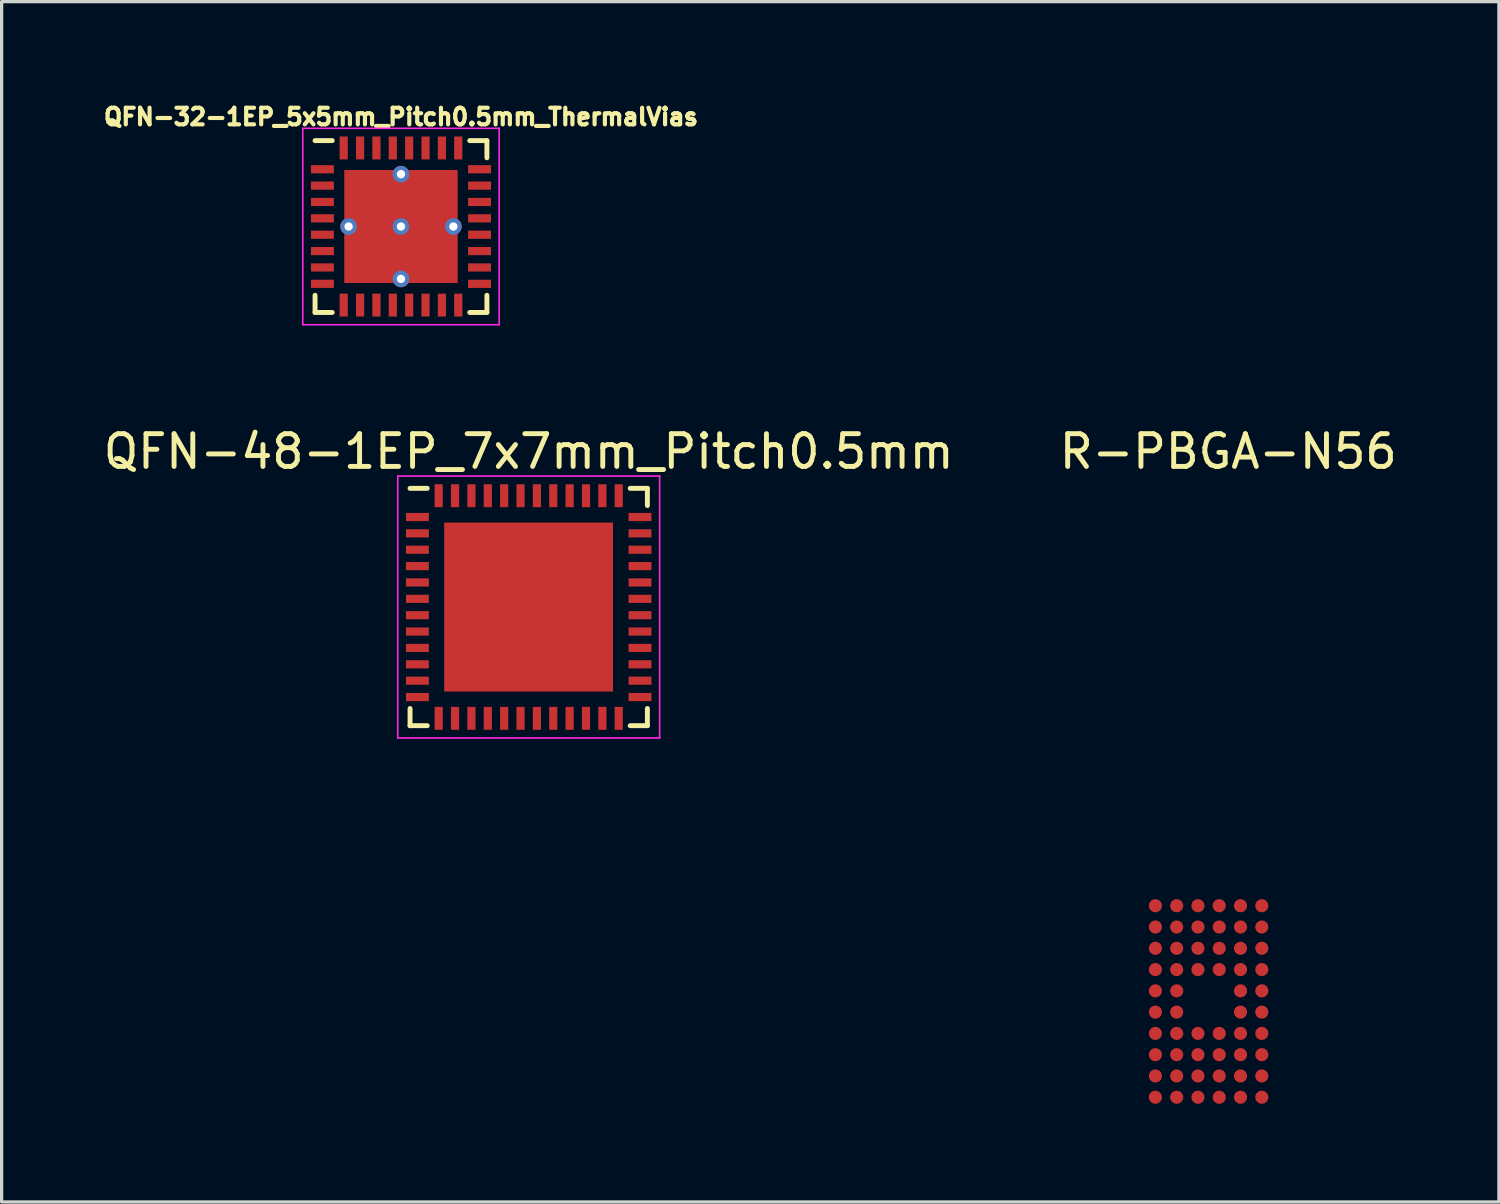
<source format=kicad_pcb>
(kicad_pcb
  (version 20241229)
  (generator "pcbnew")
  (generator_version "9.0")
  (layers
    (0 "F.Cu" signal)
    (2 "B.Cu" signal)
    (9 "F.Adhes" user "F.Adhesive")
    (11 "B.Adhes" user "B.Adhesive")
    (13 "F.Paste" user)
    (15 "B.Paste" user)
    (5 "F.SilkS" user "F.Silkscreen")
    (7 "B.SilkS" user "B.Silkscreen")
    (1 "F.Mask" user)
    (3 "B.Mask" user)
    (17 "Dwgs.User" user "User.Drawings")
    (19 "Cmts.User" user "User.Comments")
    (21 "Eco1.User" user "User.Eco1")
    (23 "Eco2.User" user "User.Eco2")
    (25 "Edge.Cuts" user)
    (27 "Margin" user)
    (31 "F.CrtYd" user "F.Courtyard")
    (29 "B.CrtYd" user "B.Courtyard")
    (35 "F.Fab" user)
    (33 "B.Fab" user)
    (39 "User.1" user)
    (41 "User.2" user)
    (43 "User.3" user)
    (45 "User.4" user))
  (footprint "QFN-48-1EP_7x7mm_Pitch0.5mm"
    (layer "F.Cu")
    (at 13.101 15.493)
    (property "Reference" "QFN-48-1EP_7x7mm_Pitch0.5mm" (at 0 -4.75 0) (layer "F.SilkS") (effects (font (size 1 1) (thickness 0.15))))
    (attr smd)
    (fp_line (start -3.625 -3.625) (end -3.1 -3.625) (stroke (width 0.15) (type solid)) (layer "F.SilkS"))
    (fp_line (start -3.625 3.625) (end -3.625 3.1) (stroke (width 0.15) (type solid)) (layer "F.SilkS"))
    (fp_line (start -3.625 3.625) (end -3.1 3.625) (stroke (width 0.15) (type solid)) (layer "F.SilkS"))
    (fp_line (start 3.625 -3.625) (end 3.1 -3.625) (stroke (width 0.15) (type solid)) (layer "F.SilkS"))
    (fp_line (start 3.625 -3.625) (end 3.625 -3.1) (stroke (width 0.15) (type solid)) (layer "F.SilkS"))
    (fp_line (start 3.625 3.625) (end 3.1 3.625) (stroke (width 0.15) (type solid)) (layer "F.SilkS"))
    (fp_line (start 3.625 3.625) (end 3.625 3.1) (stroke (width 0.15) (type solid)) (layer "F.SilkS"))
    (fp_line (start -4 -4) (end -4 4) (stroke (width 0.05) (type solid)) (layer "F.CrtYd"))
    (fp_line (start -4 -4) (end 4 -4) (stroke (width 0.05) (type solid)) (layer "F.CrtYd"))
    (fp_line (start -4 4) (end 4 4) (stroke (width 0.05) (type solid)) (layer "F.CrtYd"))
    (fp_line (start 4 -4) (end 4 4) (stroke (width 0.05) (type solid)) (layer "F.CrtYd"))
    (pad "1" smd rect (at -3.4 -2.75) (size 0.7 0.25) (layers "F.Cu" "F.Mask" "F.Paste"))
    (pad "2" smd rect (at -3.4 -2.25) (size 0.7 0.25) (layers "F.Cu" "F.Mask" "F.Paste"))
    (pad "3" smd rect (at -3.4 -1.75) (size 0.7 0.25) (layers "F.Cu" "F.Mask" "F.Paste"))
    (pad "4" smd rect (at -3.4 -1.25) (size 0.7 0.25) (layers "F.Cu" "F.Mask" "F.Paste"))
    (pad "5" smd rect (at -3.4 -0.75) (size 0.7 0.25) (layers "F.Cu" "F.Mask" "F.Paste"))
    (pad "6" smd rect (at -3.4 -0.25) (size 0.7 0.25) (layers "F.Cu" "F.Mask" "F.Paste"))
    (pad "7" smd rect (at -3.4 0.25) (size 0.7 0.25) (layers "F.Cu" "F.Mask" "F.Paste"))
    (pad "8" smd rect (at -3.4 0.75) (size 0.7 0.25) (layers "F.Cu" "F.Mask" "F.Paste"))
    (pad "9" smd rect (at -3.4 1.25) (size 0.7 0.25) (layers "F.Cu" "F.Mask" "F.Paste"))
    (pad "10" smd rect (at -3.4 1.75) (size 0.7 0.25) (layers "F.Cu" "F.Mask" "F.Paste"))
    (pad "11" smd rect (at -3.4 2.25) (size 0.7 0.25) (layers "F.Cu" "F.Mask" "F.Paste"))
    (pad "12" smd rect (at -3.4 2.75) (size 0.7 0.25) (layers "F.Cu" "F.Mask" "F.Paste"))
    (pad "13" smd rect (at -2.75 3.4 90) (size 0.7 0.25) (layers "F.Cu" "F.Mask" "F.Paste"))
    (pad "14" smd rect (at -2.25 3.4 90) (size 0.7 0.25) (layers "F.Cu" "F.Mask" "F.Paste"))
    (pad "15" smd rect (at -1.75 3.4 90) (size 0.7 0.25) (layers "F.Cu" "F.Mask" "F.Paste"))
    (pad "16" smd rect (at -1.25 3.4 90) (size 0.7 0.25) (layers "F.Cu" "F.Mask" "F.Paste"))
    (pad "17" smd rect (at -0.75 3.4 90) (size 0.7 0.25) (layers "F.Cu" "F.Mask" "F.Paste"))
    (pad "18" smd rect (at -0.25 3.4 90) (size 0.7 0.25) (layers "F.Cu" "F.Mask" "F.Paste"))
    (pad "19" smd rect (at 0.25 3.4 90) (size 0.7 0.25) (layers "F.Cu" "F.Mask" "F.Paste"))
    (pad "20" smd rect (at 0.75 3.4 90) (size 0.7 0.25) (layers "F.Cu" "F.Mask" "F.Paste"))
    (pad "21" smd rect (at 1.25 3.4 90) (size 0.7 0.25) (layers "F.Cu" "F.Mask" "F.Paste"))
    (pad "22" smd rect (at 1.75 3.4 90) (size 0.7 0.25) (layers "F.Cu" "F.Mask" "F.Paste"))
    (pad "23" smd rect (at 2.25 3.4 90) (size 0.7 0.25) (layers "F.Cu" "F.Mask" "F.Paste"))
    (pad "24" smd rect (at 2.75 3.4 90) (size 0.7 0.25) (layers "F.Cu" "F.Mask" "F.Paste"))
    (pad "25" smd rect (at 3.4 2.75) (size 0.7 0.25) (layers "F.Cu" "F.Mask" "F.Paste"))
    (pad "26" smd rect (at 3.4 2.25) (size 0.7 0.25) (layers "F.Cu" "F.Mask" "F.Paste"))
    (pad "27" smd rect (at 3.4 1.75) (size 0.7 0.25) (layers "F.Cu" "F.Mask" "F.Paste"))
    (pad "28" smd rect (at 3.4 1.25) (size 0.7 0.25) (layers "F.Cu" "F.Mask" "F.Paste"))
    (pad "29" smd rect (at 3.4 0.75) (size 0.7 0.25) (layers "F.Cu" "F.Mask" "F.Paste"))
    (pad "30" smd rect (at 3.4 0.25) (size 0.7 0.25) (layers "F.Cu" "F.Mask" "F.Paste"))
    (pad "31" smd rect (at 3.4 -0.25) (size 0.7 0.25) (layers "F.Cu" "F.Mask" "F.Paste"))
    (pad "32" smd rect (at 3.4 -0.75) (size 0.7 0.25) (layers "F.Cu" "F.Mask" "F.Paste"))
    (pad "33" smd rect (at 3.4 -1.25) (size 0.7 0.25) (layers "F.Cu" "F.Mask" "F.Paste"))
    (pad "34" smd rect (at 3.4 -1.75) (size 0.7 0.25) (layers "F.Cu" "F.Mask" "F.Paste"))
    (pad "35" smd rect (at 3.4 -2.25) (size 0.7 0.25) (layers "F.Cu" "F.Mask" "F.Paste"))
    (pad "36" smd rect (at 3.4 -2.75) (size 0.7 0.25) (layers "F.Cu" "F.Mask" "F.Paste"))
    (pad "37" smd rect (at 2.75 -3.4 90) (size 0.7 0.25) (layers "F.Cu" "F.Mask" "F.Paste"))
    (pad "38" smd rect (at 2.25 -3.4 90) (size 0.7 0.25) (layers "F.Cu" "F.Mask" "F.Paste"))
    (pad "39" smd rect (at 1.75 -3.4 90) (size 0.7 0.25) (layers "F.Cu" "F.Mask" "F.Paste"))
    (pad "40" smd rect (at 1.25 -3.4 90) (size 0.7 0.25) (layers "F.Cu" "F.Mask" "F.Paste"))
    (pad "41" smd rect (at 0.75 -3.4 90) (size 0.7 0.25) (layers "F.Cu" "F.Mask" "F.Paste"))
    (pad "42" smd rect (at 0.25 -3.4 90) (size 0.7 0.25) (layers "F.Cu" "F.Mask" "F.Paste"))
    (pad "43" smd rect (at -0.25 -3.4 90) (size 0.7 0.25) (layers "F.Cu" "F.Mask" "F.Paste"))
    (pad "44" smd rect (at -0.75 -3.4 90) (size 0.7 0.25) (layers "F.Cu" "F.Mask" "F.Paste"))
    (pad "45" smd rect (at -1.25 -3.4 90) (size 0.7 0.25) (layers "F.Cu" "F.Mask" "F.Paste"))
    (pad "46" smd rect (at -1.75 -3.4 90) (size 0.7 0.25) (layers "F.Cu" "F.Mask" "F.Paste"))
    (pad "47" smd rect (at -2.25 -3.4 90) (size 0.7 0.25) (layers "F.Cu" "F.Mask" "F.Paste"))
    (pad "48" smd rect (at -2.75 -3.4 90) (size 0.7 0.25) (layers "F.Cu" "F.Mask" "F.Paste"))
    (pad "49" smd rect (at -1.931 -1.931) (size 1.288 1.288) (layers "F.Cu" "F.Mask" "F.Paste"))
    (pad "49" smd rect (at -1.931 -0.644) (size 1.288 1.288) (layers "F.Cu" "F.Mask" "F.Paste"))
    (pad "49" smd rect (at -1.931 0.644) (size 1.288 1.288) (layers "F.Cu" "F.Mask" "F.Paste"))
    (pad "49" smd rect (at -1.931 1.931) (size 1.288 1.288) (layers "F.Cu" "F.Mask" "F.Paste"))
    (pad "49" smd rect (at -0.644 -1.931) (size 1.288 1.288) (layers "F.Cu" "F.Mask" "F.Paste"))
    (pad "49" smd rect (at -0.644 -0.644) (size 1.288 1.288) (layers "F.Cu" "F.Mask" "F.Paste"))
    (pad "49" smd rect (at -0.644 0.644) (size 1.288 1.288) (layers "F.Cu" "F.Mask" "F.Paste"))
    (pad "49" smd rect (at -0.644 1.931) (size 1.288 1.288) (layers "F.Cu" "F.Mask" "F.Paste"))
    (pad "49" smd rect (at 0 0) (size 5.15 5.15) (layers "F.Cu" "F.Mask"))
    (pad "49" smd rect (at 0.644 -1.931) (size 1.288 1.288) (layers "F.Cu" "F.Mask" "F.Paste"))
    (pad "49" smd rect (at 0.644 -0.644) (size 1.288 1.288) (layers "F.Cu" "F.Mask" "F.Paste"))
    (pad "49" smd rect (at 0.644 0.644) (size 1.288 1.288) (layers "F.Cu" "F.Mask" "F.Paste"))
    (pad "49" smd rect (at 0.644 1.931) (size 1.288 1.288) (layers "F.Cu" "F.Mask" "F.Paste"))
    (pad "49" smd rect (at 1.931 -1.931) (size 1.288 1.288) (layers "F.Cu" "F.Mask" "F.Paste"))
    (pad "49" smd rect (at 1.931 -0.644) (size 1.288 1.288) (layers "F.Cu" "F.Mask" "F.Paste"))
    (pad "49" smd rect (at 1.931 0.644) (size 1.288 1.288) (layers "F.Cu" "F.Mask" "F.Paste"))
    (pad "49" smd rect (at 1.931 1.931) (size 1.288 1.288) (layers "F.Cu" "F.Mask" "F.Paste")))
  (footprint "QFN-32-1EP_5x5mm_Pitch0.5mm_ThermalVias"
    (layer "F.Cu")
    (at 9.199 3.87)
    (property "Reference" "QFN-32-1EP_5x5mm_Pitch0.5mm_ThermalVias" (at 0 -3.35 0) (layer "F.SilkS") (effects (font (size 0.508 0.508) (thickness 0.127))))
    (attr smd)
    (fp_line (start -2.625 -2.625) (end -2.1 -2.625) (stroke (width 0.15) (type solid)) (layer "F.SilkS"))
    (fp_line (start -2.625 2.625) (end -2.625 2.1) (stroke (width 0.15) (type solid)) (layer "F.SilkS"))
    (fp_line (start -2.625 2.625) (end -2.1 2.625) (stroke (width 0.15) (type solid)) (layer "F.SilkS"))
    (fp_line (start 2.625 -2.625) (end 2.1 -2.625) (stroke (width 0.15) (type solid)) (layer "F.SilkS"))
    (fp_line (start 2.625 -2.625) (end 2.625 -2.1) (stroke (width 0.15) (type solid)) (layer "F.SilkS"))
    (fp_line (start 2.625 2.625) (end 2.1 2.625) (stroke (width 0.15) (type solid)) (layer "F.SilkS"))
    (fp_line (start 2.625 2.625) (end 2.625 2.1) (stroke (width 0.15) (type solid)) (layer "F.SilkS"))
    (fp_line (start -3 -3) (end -3 3) (stroke (width 0.05) (type solid)) (layer "F.CrtYd"))
    (fp_line (start -3 -3) (end 3 -3) (stroke (width 0.05) (type solid)) (layer "F.CrtYd"))
    (fp_line (start -3 3) (end 3 3) (stroke (width 0.05) (type solid)) (layer "F.CrtYd"))
    (fp_line (start 3 -3) (end 3 3) (stroke (width 0.05) (type solid)) (layer "F.CrtYd"))
    (pad "1" smd rect (at -2.4 -1.75) (size 0.7 0.25) (layers "F.Cu" "F.Mask" "F.Paste"))
    (pad "2" smd rect (at -2.4 -1.25) (size 0.7 0.25) (layers "F.Cu" "F.Mask" "F.Paste"))
    (pad "3" smd rect (at -2.4 -0.75) (size 0.7 0.25) (layers "F.Cu" "F.Mask" "F.Paste"))
    (pad "4" smd rect (at -2.4 -0.25) (size 0.7 0.25) (layers "F.Cu" "F.Mask" "F.Paste"))
    (pad "5" smd rect (at -2.4 0.25) (size 0.7 0.25) (layers "F.Cu" "F.Mask" "F.Paste"))
    (pad "6" smd rect (at -2.4 0.75) (size 0.7 0.25) (layers "F.Cu" "F.Mask" "F.Paste"))
    (pad "7" smd rect (at -2.4 1.25) (size 0.7 0.25) (layers "F.Cu" "F.Mask" "F.Paste"))
    (pad "8" smd rect (at -2.4 1.75) (size 0.7 0.25) (layers "F.Cu" "F.Mask" "F.Paste"))
    (pad "9" smd rect (at -1.75 2.4 90) (size 0.7 0.25) (layers "F.Cu" "F.Mask" "F.Paste"))
    (pad "10" smd rect (at -1.25 2.4 90) (size 0.7 0.25) (layers "F.Cu" "F.Mask" "F.Paste"))
    (pad "11" smd rect (at -0.75 2.4 90) (size 0.7 0.25) (layers "F.Cu" "F.Mask" "F.Paste"))
    (pad "12" smd rect (at -0.25 2.4 90) (size 0.7 0.25) (layers "F.Cu" "F.Mask" "F.Paste"))
    (pad "13" smd rect (at 0.25 2.4 90) (size 0.7 0.25) (layers "F.Cu" "F.Mask" "F.Paste"))
    (pad "14" smd rect (at 0.75 2.4 90) (size 0.7 0.25) (layers "F.Cu" "F.Mask" "F.Paste"))
    (pad "15" smd rect (at 1.25 2.4 90) (size 0.7 0.25) (layers "F.Cu" "F.Mask" "F.Paste"))
    (pad "16" smd rect (at 1.75 2.4 90) (size 0.7 0.25) (layers "F.Cu" "F.Mask" "F.Paste"))
    (pad "17" smd rect (at 2.4 1.75) (size 0.7 0.25) (layers "F.Cu" "F.Mask" "F.Paste"))
    (pad "18" smd rect (at 2.4 1.25) (size 0.7 0.25) (layers "F.Cu" "F.Mask" "F.Paste"))
    (pad "19" smd rect (at 2.4 0.75) (size 0.7 0.25) (layers "F.Cu" "F.Mask" "F.Paste"))
    (pad "20" smd rect (at 2.4 0.25) (size 0.7 0.25) (layers "F.Cu" "F.Mask" "F.Paste"))
    (pad "21" smd rect (at 2.4 -0.25) (size 0.7 0.25) (layers "F.Cu" "F.Mask" "F.Paste"))
    (pad "22" smd rect (at 2.4 -0.75) (size 0.7 0.25) (layers "F.Cu" "F.Mask" "F.Paste"))
    (pad "23" smd rect (at 2.4 -1.25) (size 0.7 0.25) (layers "F.Cu" "F.Mask" "F.Paste"))
    (pad "24" smd rect (at 2.4 -1.75) (size 0.7 0.25) (layers "F.Cu" "F.Mask" "F.Paste"))
    (pad "25" smd rect (at 1.75 -2.4 90) (size 0.7 0.25) (layers "F.Cu" "F.Mask" "F.Paste"))
    (pad "26" smd rect (at 1.25 -2.4 90) (size 0.7 0.25) (layers "F.Cu" "F.Mask" "F.Paste"))
    (pad "27" smd rect (at 0.75 -2.4 90) (size 0.7 0.25) (layers "F.Cu" "F.Mask" "F.Paste"))
    (pad "28" smd rect (at 0.25 -2.4 90) (size 0.7 0.25) (layers "F.Cu" "F.Mask" "F.Paste"))
    (pad "29" smd rect (at -0.25 -2.4 90) (size 0.7 0.25) (layers "F.Cu" "F.Mask" "F.Paste"))
    (pad "30" smd rect (at -0.75 -2.4 90) (size 0.7 0.25) (layers "F.Cu" "F.Mask" "F.Paste"))
    (pad "31" smd rect (at -1.25 -2.4 90) (size 0.7 0.25) (layers "F.Cu" "F.Mask" "F.Paste"))
    (pad "32" smd rect (at -1.75 -2.4 90) (size 0.7 0.25) (layers "F.Cu" "F.Mask" "F.Paste"))
    (pad "33" thru_hole circle (at -1.6 0) (size 0.508 0.508) (drill 0.254) (layers "*.Cu" "*.Mask"))
    (pad "33" smd rect (at -0.863 -0.863) (size 1.725 1.725) (layers "F.Cu" "F.Mask" "F.Paste"))
    (pad "33" smd rect (at -0.863 0.863) (size 1.725 1.725) (layers "F.Cu" "F.Mask" "F.Paste"))
    (pad "33" thru_hole circle (at 0 -1.6) (size 0.508 0.508) (drill 0.254) (layers "*.Cu" "*.Mask"))
    (pad "33" thru_hole circle (at 0 0) (size 0.508 0.508) (drill 0.254) (layers "*.Cu" "*.Mask"))
    (pad "33" smd rect (at 0 0) (size 3.45 3.45) (layers "F.Cu" "F.Mask"))
    (pad "33" thru_hole circle (at 0 1.6) (size 0.508 0.508) (drill 0.254) (layers "*.Cu" "*.Mask"))
    (pad "33" smd rect (at 0.863 -0.863) (size 1.725 1.725) (layers "F.Cu" "F.Mask" "F.Paste"))
    (pad "33" smd rect (at 0.863 0.863) (size 1.725 1.725) (layers "F.Cu" "F.Mask" "F.Paste"))
    (pad "33" thru_hole circle (at 1.6 0) (size 0.508 0.508) (drill 0.254) (layers "*.Cu" "*.Mask")))
  (footprint "R-PBGA-N56"
    (layer "F.Cu")
    (at 33.87 27.543)
    (property "Reference" "R-PBGA-N56" (at 0.6 -16.8 0) (layer "F.SilkS") (effects (font (size 1 1) (thickness 0.15))))
    (attr through_hole)
    (pad "A1" smd circle (at -1.625 -2.925) (size 0.4 0.4) (layers "F.Cu" "F.Mask" "F.Paste"))
    (pad "A2" smd circle (at -0.975 -2.925) (size 0.4 0.4) (layers "F.Cu" "F.Mask" "F.Paste"))
    (pad "A3" smd circle (at -0.325 -2.925) (size 0.4 0.4) (layers "F.Cu" "F.Mask" "F.Paste"))
    (pad "A4" smd circle (at 0.325 -2.925) (size 0.4 0.4) (layers "F.Cu" "F.Mask" "F.Paste"))
    (pad "A5" smd circle (at 0.975 -2.925) (size 0.4 0.4) (layers "F.Cu" "F.Mask" "F.Paste"))
    (pad "A6" smd circle (at 1.625 -2.925) (size 0.4 0.4) (layers "F.Cu" "F.Mask" "F.Paste"))
    (pad "B1" smd circle (at -1.625 -2.275) (size 0.4 0.4) (layers "F.Cu" "F.Mask" "F.Paste"))
    (pad "B2" smd circle (at -0.975 -2.275) (size 0.4 0.4) (layers "F.Cu" "F.Mask" "F.Paste"))
    (pad "B3" smd circle (at -0.325 -2.275) (size 0.4 0.4) (layers "F.Cu" "F.Mask" "F.Paste"))
    (pad "T7" smd circle (at -1.625 -1.625) (size 0.4 0.4) (layers "F.Cu" "F.Mask" "F.Paste"))
    (pad "T7" smd circle (at -1.625 -0.975) (size 0.4 0.4) (layers "F.Cu" "F.Mask" "F.Paste"))
    (pad "T7" smd circle (at -1.625 -0.325) (size 0.4 0.4) (layers "F.Cu" "F.Mask" "F.Paste"))
    (pad "T7" smd circle (at -1.625 0.325) (size 0.4 0.4) (layers "F.Cu" "F.Mask" "F.Paste"))
    (pad "T7" smd circle (at -1.625 0.975) (size 0.4 0.4) (layers "F.Cu" "F.Mask" "F.Paste"))
    (pad "T7" smd circle (at -1.625 1.625) (size 0.4 0.4) (layers "F.Cu" "F.Mask" "F.Paste"))
    (pad "T7" smd circle (at -1.625 2.275) (size 0.4 0.4) (layers "F.Cu" "F.Mask" "F.Paste"))
    (pad "T7" smd circle (at -1.625 2.925) (size 0.4 0.4) (layers "F.Cu" "F.Mask" "F.Paste"))
    (pad "T7" smd circle (at -0.975 -1.625) (size 0.4 0.4) (layers "F.Cu" "F.Mask" "F.Paste"))
    (pad "T7" smd circle (at -0.975 -0.975) (size 0.4 0.4) (layers "F.Cu" "F.Mask" "F.Paste"))
    (pad "T7" smd circle (at -0.975 -0.325) (size 0.4 0.4) (layers "F.Cu" "F.Mask" "F.Paste"))
    (pad "T7" smd circle (at -0.975 0.325) (size 0.4 0.4) (layers "F.Cu" "F.Mask" "F.Paste"))
    (pad "T7" smd circle (at -0.975 0.975) (size 0.4 0.4) (layers "F.Cu" "F.Mask" "F.Paste"))
    (pad "T7" smd circle (at -0.975 1.625) (size 0.4 0.4) (layers "F.Cu" "F.Mask" "F.Paste"))
    (pad "T7" smd circle (at -0.975 2.275) (size 0.4 0.4) (layers "F.Cu" "F.Mask" "F.Paste"))
    (pad "T7" smd circle (at -0.975 2.925) (size 0.4 0.4) (layers "F.Cu" "F.Mask" "F.Paste"))
    (pad "T7" smd circle (at -0.325 -1.625) (size 0.4 0.4) (layers "F.Cu" "F.Mask" "F.Paste"))
    (pad "T7" smd circle (at -0.325 -0.975) (size 0.4 0.4) (layers "F.Cu" "F.Mask" "F.Paste"))
    (pad "T7" smd circle (at -0.325 0.975) (size 0.4 0.4) (layers "F.Cu" "F.Mask" "F.Paste"))
    (pad "T7" smd circle (at -0.325 1.625) (size 0.4 0.4) (layers "F.Cu" "F.Mask" "F.Paste"))
    (pad "T7" smd circle (at -0.325 2.275) (size 0.4 0.4) (layers "F.Cu" "F.Mask" "F.Paste"))
    (pad "T7" smd circle (at -0.325 2.925) (size 0.4 0.4) (layers "F.Cu" "F.Mask" "F.Paste"))
    (pad "T7" smd circle (at 0.325 -2.275) (size 0.4 0.4) (layers "F.Cu" "F.Mask" "F.Paste"))
    (pad "T7" smd circle (at 0.325 -1.625) (size 0.4 0.4) (layers "F.Cu" "F.Mask" "F.Paste"))
    (pad "T7" smd circle (at 0.325 -0.975) (size 0.4 0.4) (layers "F.Cu" "F.Mask" "F.Paste"))
    (pad "T7" smd circle (at 0.325 0.975) (size 0.4 0.4) (layers "F.Cu" "F.Mask" "F.Paste"))
    (pad "T7" smd circle (at 0.325 1.625) (size 0.4 0.4) (layers "F.Cu" "F.Mask" "F.Paste"))
    (pad "T7" smd circle (at 0.325 2.275) (size 0.4 0.4) (layers "F.Cu" "F.Mask" "F.Paste"))
    (pad "T7" smd circle (at 0.325 2.925) (size 0.4 0.4) (layers "F.Cu" "F.Mask" "F.Paste"))
    (pad "T7" smd circle (at 0.975 -2.275) (size 0.4 0.4) (layers "F.Cu" "F.Mask" "F.Paste"))
    (pad "T7" smd circle (at 0.975 -1.625) (size 0.4 0.4) (layers "F.Cu" "F.Mask" "F.Paste"))
    (pad "T7" smd circle (at 0.975 -0.975) (size 0.4 0.4) (layers "F.Cu" "F.Mask" "F.Paste"))
    (pad "T7" smd circle (at 0.975 -0.325) (size 0.4 0.4) (layers "F.Cu" "F.Mask" "F.Paste"))
    (pad "T7" smd circle (at 0.975 0.325) (size 0.4 0.4) (layers "F.Cu" "F.Mask" "F.Paste"))
    (pad "T7" smd circle (at 0.975 0.975) (size 0.4 0.4) (layers "F.Cu" "F.Mask" "F.Paste"))
    (pad "T7" smd circle (at 0.975 1.625) (size 0.4 0.4) (layers "F.Cu" "F.Mask" "F.Paste"))
    (pad "T7" smd circle (at 0.975 2.275) (size 0.4 0.4) (layers "F.Cu" "F.Mask" "F.Paste"))
    (pad "T7" smd circle (at 0.975 2.925) (size 0.4 0.4) (layers "F.Cu" "F.Mask" "F.Paste"))
    (pad "T7" smd circle (at 1.625 -2.275) (size 0.4 0.4) (layers "F.Cu" "F.Mask" "F.Paste"))
    (pad "T7" smd circle (at 1.625 -1.625) (size 0.4 0.4) (layers "F.Cu" "F.Mask" "F.Paste"))
    (pad "T7" smd circle (at 1.625 -0.975) (size 0.4 0.4) (layers "F.Cu" "F.Mask" "F.Paste"))
    (pad "T7" smd circle (at 1.625 -0.325) (size 0.4 0.4) (layers "F.Cu" "F.Mask" "F.Paste"))
    (pad "T7" smd circle (at 1.625 0.325) (size 0.4 0.4) (layers "F.Cu" "F.Mask" "F.Paste"))
    (pad "T7" smd circle (at 1.625 0.975) (size 0.4 0.4) (layers "F.Cu" "F.Mask" "F.Paste"))
    (pad "T7" smd circle (at 1.625 1.625) (size 0.4 0.4) (layers "F.Cu" "F.Mask" "F.Paste"))
    (pad "T7" smd circle (at 1.625 2.275) (size 0.4 0.4) (layers "F.Cu" "F.Mask" "F.Paste"))
    (pad "T7" smd circle (at 1.625 2.925) (size 0.4 0.4) (layers "F.Cu" "F.Mask" "F.Paste")))
  (gr_rect
    (start -3 -3)
    (end 42.738 33.668)
    (stroke (width 0.1) (type default))
    (fill no)
    (layer "Edge.Cuts")))
</source>
